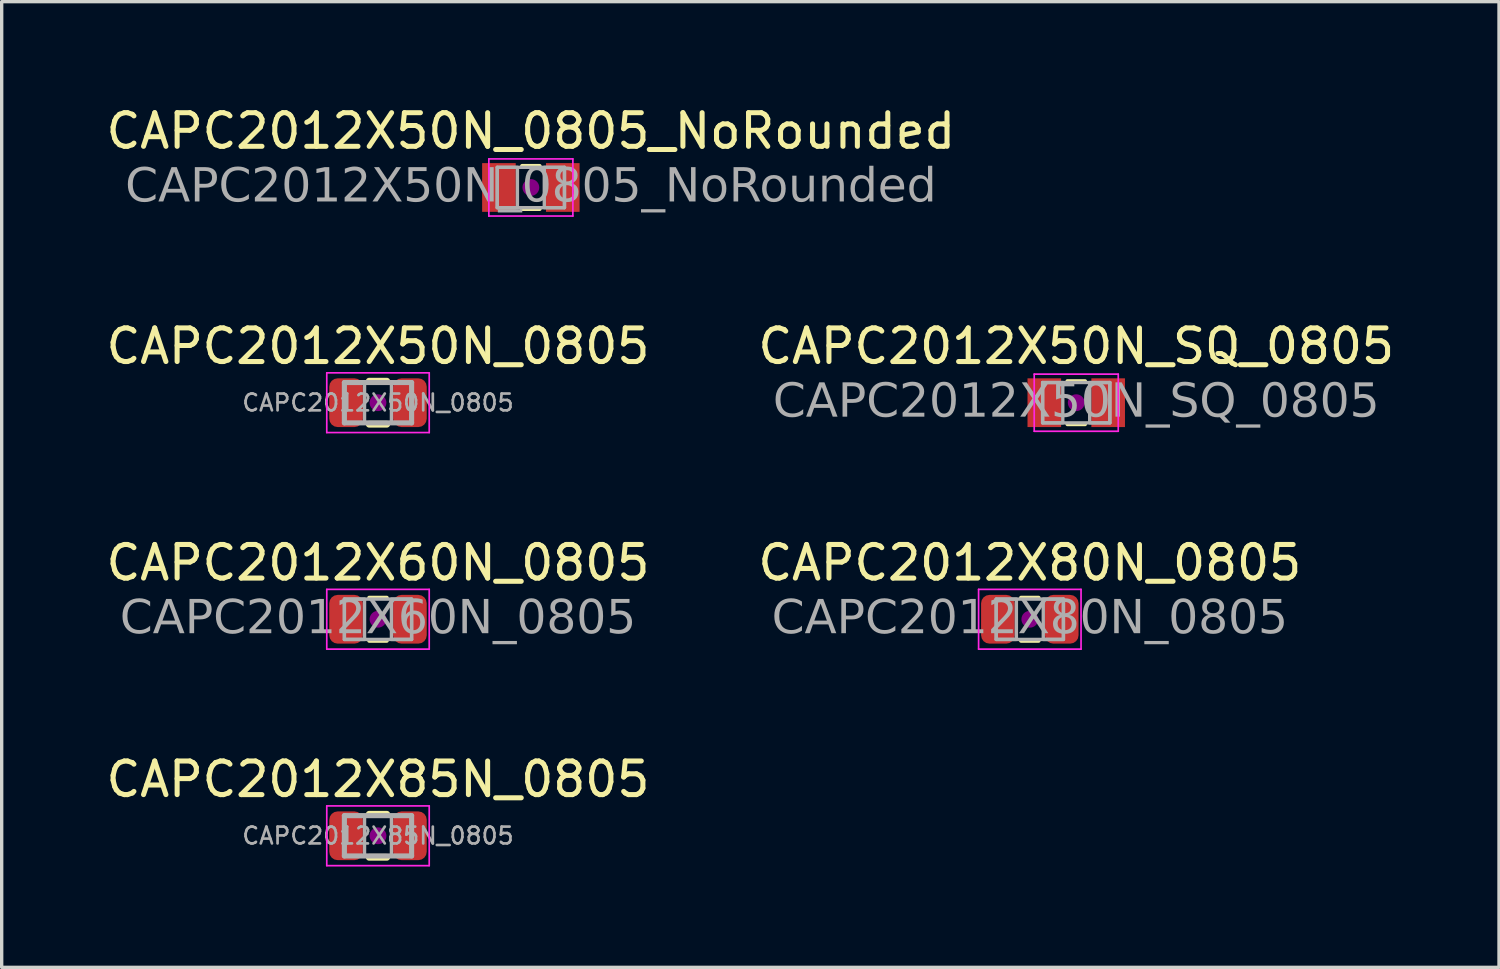
<source format=kicad_pcb>
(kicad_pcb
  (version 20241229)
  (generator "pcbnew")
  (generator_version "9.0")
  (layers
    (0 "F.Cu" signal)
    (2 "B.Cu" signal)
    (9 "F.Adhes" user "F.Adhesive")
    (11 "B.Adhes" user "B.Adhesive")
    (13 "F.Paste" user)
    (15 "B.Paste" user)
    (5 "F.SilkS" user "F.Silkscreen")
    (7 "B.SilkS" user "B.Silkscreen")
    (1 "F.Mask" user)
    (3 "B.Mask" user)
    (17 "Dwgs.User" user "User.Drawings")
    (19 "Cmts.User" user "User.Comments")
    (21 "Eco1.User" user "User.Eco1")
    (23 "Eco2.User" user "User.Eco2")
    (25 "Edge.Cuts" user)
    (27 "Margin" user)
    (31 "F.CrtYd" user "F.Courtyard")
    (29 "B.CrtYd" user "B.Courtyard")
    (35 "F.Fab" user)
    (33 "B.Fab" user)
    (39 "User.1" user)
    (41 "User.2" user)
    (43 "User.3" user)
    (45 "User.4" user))
  (footprint "CAPC2012X85N_0805"
    (layer "F.Cu")
    (at 8.196 21.816)
    (property "Reference" "CAPC2012X85N_0805" (at 0 -1.68 0) (layer "F.SilkS") (effects (font (size 1 1) (thickness 0.15))))
    (attr smd)
    (fp_line (start -0.261 -0.64) (end 0.261 -0.64) (stroke (width 0.203) (type solid)) (layer "F.SilkS"))
    (fp_line (start -0.261 0.64) (end 0.261 0.64) (stroke (width 0.203) (type solid)) (layer "F.SilkS"))
    (fp_circle (center 0 0) (end 0.25 0) (stroke (width 0) (type solid)) (fill yes) (layer "F.Adhes"))
    (fp_line (start -1.524 -0.889) (end 1.524 -0.889) (stroke (width 0.05) (type solid)) (layer "F.CrtYd"))
    (fp_line (start -1.524 0.889) (end -1.524 -0.889) (stroke (width 0.05) (type solid)) (layer "F.CrtYd"))
    (fp_line (start 1.524 -0.889) (end 1.524 0.889) (stroke (width 0.05) (type solid)) (layer "F.CrtYd"))
    (fp_line (start 1.524 0.889) (end -1.524 0.889) (stroke (width 0.05) (type solid)) (layer "F.CrtYd"))
    (fp_line (start -1 -0.6) (end 1 -0.6) (stroke (width 0.152) (type solid)) (layer "F.Fab"))
    (fp_line (start -1 0.6) (end -1 -0.6) (stroke (width 0.152) (type solid)) (layer "F.Fab"))
    (fp_line (start 1 -0.6) (end 1 0.6) (stroke (width 0.152) (type solid)) (layer "F.Fab"))
    (fp_line (start 1 0.6) (end -1 0.6) (stroke (width 0.152) (type solid)) (layer "F.Fab"))
    (fp_rect (start -1 -0.6) (end -0.4 0.6) (stroke (width 0.1) (type solid)) (fill no) (layer "F.Fab"))
    (fp_rect (start 0.4 -0.6) (end 1 0.6) (stroke (width 0.1) (type solid)) (fill no) (layer "F.Fab"))
    (fp_text user "${REFERENCE}" (at 0 0 0) (layer "F.Fab") (effects (font (size 0.5 0.5) (thickness 0.08))))
    (pad "1" smd roundrect (at -0.95 0) (size 1 1.45) (layers "F.Cu" "F.Mask" "F.Paste") (roundrect_rratio 0.25))
    (pad "2" smd roundrect (at 0.95 0) (size 1 1.45) (layers "F.Cu" "F.Mask" "F.Paste") (roundrect_rratio 0.25)))
  (footprint "CAPC2012X50N_SQ_0805"
    (layer "F.Cu")
    (at 28.97 8.931)
    (property "Reference" "CAPC2012X50N_SQ_0805" (at 0 -1.68 0) (layer "F.SilkS") (effects (font (size 1 1) (thickness 0.15))))
    (attr smd)
    (fp_line (start -0.261 -0.64) (end 0.261 -0.64) (stroke (width 0.12) (type solid)) (layer "F.SilkS"))
    (fp_line (start -0.261 0.64) (end 0.261 0.64) (stroke (width 0.12) (type solid)) (layer "F.SilkS"))
    (fp_circle (center 0 0) (end 0.25 0) (stroke (width 0) (type solid)) (fill yes) (layer "F.Adhes"))
    (fp_line (start -1.25 -0.85) (end 1.25 -0.85) (stroke (width 0.05) (type solid)) (layer "F.CrtYd"))
    (fp_line (start -1.25 0.85) (end -1.25 -0.85) (stroke (width 0.05) (type solid)) (layer "F.CrtYd"))
    (fp_line (start 1.25 -0.85) (end 1.25 0.85) (stroke (width 0.05) (type solid)) (layer "F.CrtYd"))
    (fp_line (start 1.25 0.85) (end -1.25 0.85) (stroke (width 0.05) (type solid)) (layer "F.CrtYd"))
    (fp_line (start -1 -0.6) (end 1 -0.6) (stroke (width 0.1) (type solid)) (layer "F.Fab"))
    (fp_line (start -1 0.6) (end -1 -0.6) (stroke (width 0.1) (type solid)) (layer "F.Fab"))
    (fp_line (start 1 -0.6) (end 1 0.6) (stroke (width 0.1) (type solid)) (layer "F.Fab"))
    (fp_line (start 1 0.6) (end -1 0.6) (stroke (width 0.1) (type solid)) (layer "F.Fab"))
    (fp_rect (start -1 -0.6) (end -0.4 0.6) (stroke (width 0.1) (type solid)) (fill no) (layer "F.Fab"))
    (fp_rect (start 0.4 -0.6) (end 1 0.6) (stroke (width 0.1) (type solid)) (fill no) (layer "F.Fab"))
    (fp_text user "${REFERENCE}" (at 0 0 0) (layer "F.Fab") (effects (font (face "Tahoma") (size 1 1) (thickness 0.15))))
    (pad "1" smd rect (at -0.95 0) (size 1 1.45) (layers "F.Cu" "F.Mask" "F.Paste"))
    (pad "2" smd rect (at 0.95 0) (size 1 1.45) (layers "F.Cu" "F.Mask" "F.Paste")))
  (footprint "CAPC2012X50N_0805_NoRounded"
    (layer "F.Cu")
    (at 12.744 2.528)
    (property "Reference" "CAPC2012X50N_0805_NoRounded" (at 0 -1.68 0) (layer "F.SilkS") (effects (font (size 1 1) (thickness 0.15))))
    (attr smd)
    (fp_line (start -0.261 -0.64) (end 0.261 -0.64) (stroke (width 0.12) (type solid)) (layer "F.SilkS"))
    (fp_line (start -0.261 0.64) (end 0.261 0.64) (stroke (width 0.12) (type solid)) (layer "F.SilkS"))
    (fp_circle (center 0 0) (end 0.25 0) (stroke (width 0) (type solid)) (fill yes) (layer "F.Adhes"))
    (fp_line (start -1.25 -0.85) (end 1.25 -0.85) (stroke (width 0.05) (type solid)) (layer "F.CrtYd"))
    (fp_line (start -1.25 0.85) (end -1.25 -0.85) (stroke (width 0.05) (type solid)) (layer "F.CrtYd"))
    (fp_line (start 1.25 -0.85) (end 1.25 0.85) (stroke (width 0.05) (type solid)) (layer "F.CrtYd"))
    (fp_line (start 1.25 0.85) (end -1.25 0.85) (stroke (width 0.05) (type solid)) (layer "F.CrtYd"))
    (fp_line (start -1 -0.6) (end 1 -0.6) (stroke (width 0.1) (type solid)) (layer "F.Fab"))
    (fp_line (start -1 0.6) (end -1 -0.6) (stroke (width 0.1) (type solid)) (layer "F.Fab"))
    (fp_line (start 1 -0.6) (end 1 0.6) (stroke (width 0.1) (type solid)) (layer "F.Fab"))
    (fp_line (start 1 0.6) (end -1 0.6) (stroke (width 0.1) (type solid)) (layer "F.Fab"))
    (fp_rect (start -1 -0.6) (end -0.4 0.6) (stroke (width 0.1) (type solid)) (fill no) (layer "F.Fab"))
    (fp_rect (start 0.4 -0.6) (end 1 0.6) (stroke (width 0.1) (type solid)) (fill no) (layer "F.Fab"))
    (fp_text user "${REFERENCE}" (at 0 0 0) (layer "F.Fab") (effects (font (face "Tahoma") (size 1 1) (thickness 0.15))))
    (pad "1" smd rect (at -0.95 0) (size 1 1.45) (layers "F.Cu" "F.Mask" "F.Paste"))
    (pad "2" smd rect (at 0.95 0) (size 1 1.45) (layers "F.Cu" "F.Mask" "F.Paste")))
  (footprint "CAPC2012X80N_0805"
    (layer "F.Cu")
    (at 27.589 15.374)
    (property "Reference" "CAPC2012X80N_0805" (at 0 -1.68 0) (layer "F.SilkS") (effects (font (size 1 1) (thickness 0.15))))
    (attr smd)
    (fp_line (start -0.261 -0.64) (end 0.261 -0.64) (stroke (width 0.12) (type solid)) (layer "F.SilkS"))
    (fp_line (start -0.261 0.64) (end 0.261 0.64) (stroke (width 0.12) (type solid)) (layer "F.SilkS"))
    (fp_circle (center 0 0) (end 0.25 0) (stroke (width 0) (type solid)) (fill yes) (layer "F.Adhes"))
    (fp_line (start -1.524 -0.889) (end 1.524 -0.889) (stroke (width 0.05) (type solid)) (layer "F.CrtYd"))
    (fp_line (start -1.524 0.889) (end -1.524 -0.889) (stroke (width 0.05) (type solid)) (layer "F.CrtYd"))
    (fp_line (start 1.524 -0.889) (end 1.524 0.889) (stroke (width 0.05) (type solid)) (layer "F.CrtYd"))
    (fp_line (start 1.524 0.889) (end -1.524 0.889) (stroke (width 0.05) (type solid)) (layer "F.CrtYd"))
    (fp_line (start -1 -0.6) (end 1 -0.6) (stroke (width 0.1) (type solid)) (layer "F.Fab"))
    (fp_line (start -1 0.6) (end -1 -0.6) (stroke (width 0.1) (type solid)) (layer "F.Fab"))
    (fp_line (start 1 -0.6) (end 1 0.6) (stroke (width 0.1) (type solid)) (layer "F.Fab"))
    (fp_line (start 1 0.6) (end -1 0.6) (stroke (width 0.1) (type solid)) (layer "F.Fab"))
    (fp_rect (start -1 -0.6) (end -0.4 0.6) (stroke (width 0.1) (type solid)) (fill no) (layer "F.Fab"))
    (fp_rect (start 0.4 -0.6) (end 1 0.6) (stroke (width 0.1) (type solid)) (fill no) (layer "F.Fab"))
    (fp_text user "${REFERENCE}" (at 0 0 0) (layer "F.Fab") (effects (font (face "Tahoma") (size 1 1) (thickness 0.15))))
    (pad "1" smd roundrect (at -0.95 0) (size 1 1.45) (layers "F.Cu" "F.Mask" "F.Paste") (roundrect_rratio 0.25))
    (pad "2" smd roundrect (at 0.95 0) (size 1 1.45) (layers "F.Cu" "F.Mask" "F.Paste") (roundrect_rratio 0.25)))
  (footprint "CAPC2012X60N_0805"
    (layer "F.Cu")
    (at 8.196 15.374)
    (property "Reference" "CAPC2012X60N_0805" (at 0 -1.68 0) (layer "F.SilkS") (effects (font (size 1 1) (thickness 0.15))))
    (attr smd)
    (fp_line (start -0.261 -0.64) (end 0.261 -0.64) (stroke (width 0.12) (type solid)) (layer "F.SilkS"))
    (fp_line (start -0.261 0.64) (end 0.261 0.64) (stroke (width 0.12) (type solid)) (layer "F.SilkS"))
    (fp_circle (center 0 0) (end 0.25 0) (stroke (width 0) (type solid)) (fill yes) (layer "F.Adhes"))
    (fp_line (start -1.524 -0.889) (end 1.524 -0.889) (stroke (width 0.05) (type solid)) (layer "F.CrtYd"))
    (fp_line (start -1.524 0.889) (end -1.524 -0.889) (stroke (width 0.05) (type solid)) (layer "F.CrtYd"))
    (fp_line (start 1.524 -0.889) (end 1.524 0.889) (stroke (width 0.05) (type solid)) (layer "F.CrtYd"))
    (fp_line (start 1.524 0.889) (end -1.524 0.889) (stroke (width 0.05) (type solid)) (layer "F.CrtYd"))
    (fp_line (start -1 -0.6) (end 1 -0.6) (stroke (width 0.1) (type solid)) (layer "F.Fab"))
    (fp_line (start -1 0.6) (end -1 -0.6) (stroke (width 0.1) (type solid)) (layer "F.Fab"))
    (fp_line (start 1 -0.6) (end 1 0.6) (stroke (width 0.1) (type solid)) (layer "F.Fab"))
    (fp_line (start 1 0.6) (end -1 0.6) (stroke (width 0.1) (type solid)) (layer "F.Fab"))
    (fp_rect (start -1 -0.6) (end -0.4 0.6) (stroke (width 0.1) (type solid)) (fill no) (layer "F.Fab"))
    (fp_rect (start 0.4 -0.6) (end 1 0.6) (stroke (width 0.1) (type solid)) (fill no) (layer "F.Fab"))
    (fp_text user "${REFERENCE}" (at 0 0 0) (layer "F.Fab") (effects (font (face "Tahoma") (size 1 1) (thickness 0.15))))
    (pad "1" smd roundrect (at -0.95 0) (size 1 1.45) (layers "F.Cu" "F.Mask" "F.Paste") (roundrect_rratio 0.25))
    (pad "2" smd roundrect (at 0.95 0) (size 1 1.45) (layers "F.Cu" "F.Mask" "F.Paste") (roundrect_rratio 0.25)))
  (footprint "CAPC2012X50N_0805"
    (layer "F.Cu")
    (at 8.196 8.931)
    (property "Reference" "CAPC2012X50N_0805" (at 0 -1.68 0) (layer "F.SilkS") (effects (font (size 1 1) (thickness 0.15))))
    (attr smd)
    (fp_line (start -0.261 -0.64) (end 0.261 -0.64) (stroke (width 0.203) (type solid)) (layer "F.SilkS"))
    (fp_line (start -0.261 0.64) (end 0.261 0.64) (stroke (width 0.203) (type solid)) (layer "F.SilkS"))
    (fp_circle (center 0 0) (end 0.25 0) (stroke (width 0) (type solid)) (fill yes) (layer "F.Adhes"))
    (fp_line (start -1.524 -0.889) (end 1.524 -0.889) (stroke (width 0.05) (type solid)) (layer "F.CrtYd"))
    (fp_line (start -1.524 0.889) (end -1.524 -0.889) (stroke (width 0.05) (type solid)) (layer "F.CrtYd"))
    (fp_line (start 1.524 -0.889) (end 1.524 0.889) (stroke (width 0.05) (type solid)) (layer "F.CrtYd"))
    (fp_line (start 1.524 0.889) (end -1.524 0.889) (stroke (width 0.05) (type solid)) (layer "F.CrtYd"))
    (fp_line (start -1 -0.6) (end 1 -0.6) (stroke (width 0.152) (type solid)) (layer "F.Fab"))
    (fp_line (start -1 0.6) (end -1 -0.6) (stroke (width 0.152) (type solid)) (layer "F.Fab"))
    (fp_line (start 1 -0.6) (end 1 0.6) (stroke (width 0.152) (type solid)) (layer "F.Fab"))
    (fp_line (start 1 0.6) (end -1 0.6) (stroke (width 0.152) (type solid)) (layer "F.Fab"))
    (fp_rect (start -1 -0.6) (end -0.4 0.6) (stroke (width 0.1) (type solid)) (fill no) (layer "F.Fab"))
    (fp_rect (start 0.4 -0.6) (end 1 0.6) (stroke (width 0.1) (type solid)) (fill no) (layer "F.Fab"))
    (fp_text user "${REFERENCE}" (at 0 0 0) (layer "F.Fab") (effects (font (size 0.5 0.5) (thickness 0.08))))
    (pad "1" smd roundrect (at -0.95 0) (size 1 1.45) (layers "F.Cu" "F.Mask" "F.Paste") (roundrect_rratio 0.25))
    (pad "2" smd roundrect (at 0.95 0) (size 1 1.45) (layers "F.Cu" "F.Mask" "F.Paste") (roundrect_rratio 0.25)))
  (gr_rect
    (start -3 -3)
    (end 41.548 25.73)
    (stroke (width 0.1) (type default))
    (fill no)
    (layer "Edge.Cuts")))
</source>
